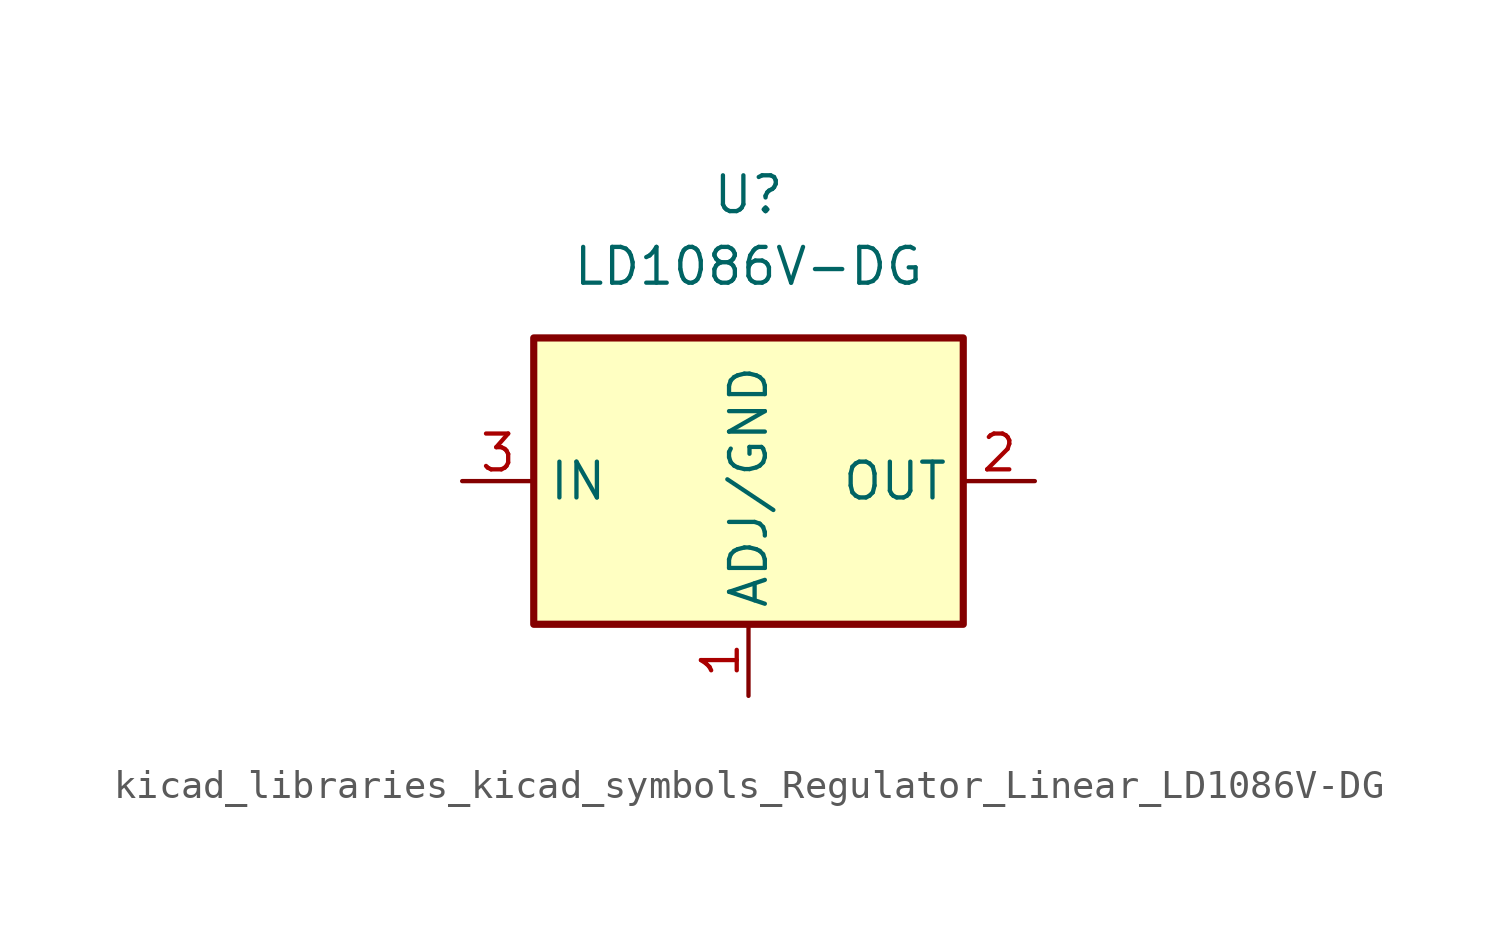
<source format=kicad_sym>
(kicad_symbol_lib
  (version 20220914)
  (generator kicad_symbol_editor)
  (symbol "kicad_libraries_kicad_symbols_Regulator_Linear_LD1086V-DG"
    (property "Reference" "U"
      (at 0 10.16 0)
      (effects (font (size 1.27 1.27))))
    (property "Value" "LD1086V-DG"
      (at 0 7.62 0)
      (effects (font (size 1.27 1.27))))
    (symbol "kicad_libraries_kicad_symbols_Regulator_Linear_LD1086V-DG_1_1"
      (rectangle (start -7.62 -5.08) (end 7.62 5.08) (stroke (width 0.254) (type default)) (fill (type background)))
      (pin input line (at 0 -7.62 90) (length 2.54) (name "ADJ/GND" (effects (font (size 1.27 1.27)))) (number "1" (effects (font (size 1.27 1.27)))))
      (pin power_out line (at 10.16 0 180) (length 2.54) (name "OUT" (effects (font (size 1.27 1.27)))) (number "2" (effects (font (size 1.27 1.27)))))
      (pin power_in line (at -10.16 0 0) (length 2.54) (name "IN" (effects (font (size 1.27 1.27)))) (number "3" (effects (font (size 1.27 1.27))))))))
</source>
